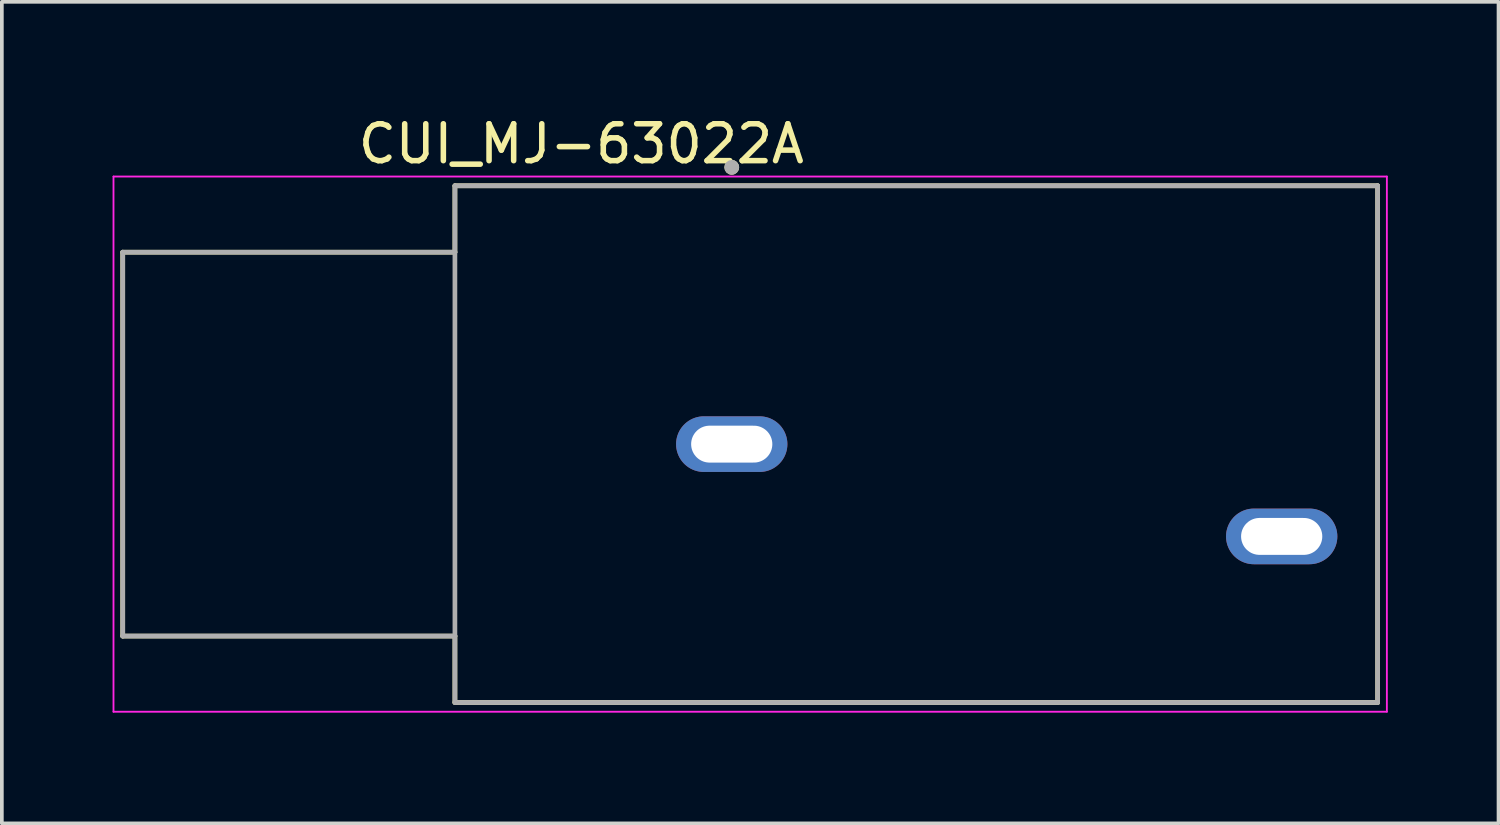
<source format=kicad_pcb>
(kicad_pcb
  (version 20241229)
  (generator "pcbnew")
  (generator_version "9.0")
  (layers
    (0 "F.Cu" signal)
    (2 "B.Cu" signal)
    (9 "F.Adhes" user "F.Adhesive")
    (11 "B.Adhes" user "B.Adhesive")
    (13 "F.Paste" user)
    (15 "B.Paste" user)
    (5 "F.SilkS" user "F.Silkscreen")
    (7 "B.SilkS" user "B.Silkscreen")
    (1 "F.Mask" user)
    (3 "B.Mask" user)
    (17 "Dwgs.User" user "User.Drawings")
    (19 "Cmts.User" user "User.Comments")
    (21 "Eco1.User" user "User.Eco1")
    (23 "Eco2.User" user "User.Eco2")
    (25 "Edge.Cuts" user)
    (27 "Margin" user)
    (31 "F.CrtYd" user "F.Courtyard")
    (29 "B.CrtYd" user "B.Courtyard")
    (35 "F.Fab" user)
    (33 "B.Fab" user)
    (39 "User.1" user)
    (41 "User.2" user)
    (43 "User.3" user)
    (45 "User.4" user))
  (footprint "CUI_MJ-63022A"
    (layer "F.Cu")
    (at 16.775 8.983)
    (property "Reference" "CUI_MJ-63022A" (at -4.075 -8.135 0) (layer "F.SilkS") (effects (font (size 1 1) (thickness 0.15))))
    (attr through_hole)
    (fp_line (start -16.5 -5.2) (end -16.5 5.2) (stroke (width 0.127) (type solid)) (layer "F.SilkS"))
    (fp_line (start -16.5 5.2) (end -7.5 5.2) (stroke (width 0.127) (type solid)) (layer "F.SilkS"))
    (fp_line (start -7.5 -7) (end 17.5 -7) (stroke (width 0.127) (type solid)) (layer "F.SilkS"))
    (fp_line (start -7.5 -5.2) (end -16.5 -5.2) (stroke (width 0.127) (type solid)) (layer "F.SilkS"))
    (fp_line (start -7.5 -5.2) (end -7.5 -7) (stroke (width 0.127) (type solid)) (layer "F.SilkS"))
    (fp_line (start -7.5 7) (end -7.5 5.2) (stroke (width 0.127) (type solid)) (layer "F.SilkS"))
    (fp_line (start 17.5 -7) (end 17.5 7) (stroke (width 0.127) (type solid)) (layer "F.SilkS"))
    (fp_line (start 17.5 7) (end -7.5 7) (stroke (width 0.127) (type solid)) (layer "F.SilkS"))
    (fp_circle (center 0 -7.5) (end 0.1 -7.5) (stroke (width 0.2) (type solid)) (fill no) (layer "F.SilkS"))
    (fp_line (start -16.75 -7.25) (end 17.75 -7.25) (stroke (width 0.05) (type solid)) (layer "F.CrtYd"))
    (fp_line (start -16.75 7.25) (end -16.75 -7.25) (stroke (width 0.05) (type solid)) (layer "F.CrtYd"))
    (fp_line (start 17.75 -7.25) (end 17.75 7.25) (stroke (width 0.05) (type solid)) (layer "F.CrtYd"))
    (fp_line (start 17.75 7.25) (end -16.75 7.25) (stroke (width 0.05) (type solid)) (layer "F.CrtYd"))
    (fp_line (start -16.5 -5.2) (end -16.5 5.2) (stroke (width 0.127) (type solid)) (layer "F.Fab"))
    (fp_line (start -16.5 5.2) (end -7.5 5.2) (stroke (width 0.127) (type solid)) (layer "F.Fab"))
    (fp_line (start -7.5 -7) (end 17.5 -7) (stroke (width 0.127) (type solid)) (layer "F.Fab"))
    (fp_line (start -7.5 -5.2) (end -16.5 -5.2) (stroke (width 0.127) (type solid)) (layer "F.Fab"))
    (fp_line (start -7.5 -5.2) (end -7.5 -7) (stroke (width 0.127) (type solid)) (layer "F.Fab"))
    (fp_line (start -7.5 5.2) (end -7.5 -5.2) (stroke (width 0.127) (type solid)) (layer "F.Fab"))
    (fp_line (start -7.5 7) (end -7.5 5.2) (stroke (width 0.127) (type solid)) (layer "F.Fab"))
    (fp_line (start 17.5 -7) (end 17.5 7) (stroke (width 0.127) (type solid)) (layer "F.Fab"))
    (fp_line (start 17.5 7) (end -7.5 7) (stroke (width 0.127) (type solid)) (layer "F.Fab"))
    (fp_circle (center 0 -7.5) (end 0.1 -7.5) (stroke (width 0.2) (type solid)) (fill no) (layer "F.Fab"))
    (pad "1" thru_hole oval (at 0 0) (size 3.016 1.508) (drill oval 2.2 1) (layers "*.Cu" "*.Mask"))
    (pad "2" thru_hole oval (at 14.9 2.5) (size 3.016 1.508) (drill oval 2.2 1) (layers "*.Cu" "*.Mask")))
  (gr_rect
    (start -3 -3)
    (end 37.55 19.258)
    (stroke (width 0.1) (type default))
    (fill no)
    (layer "Edge.Cuts")))
</source>
